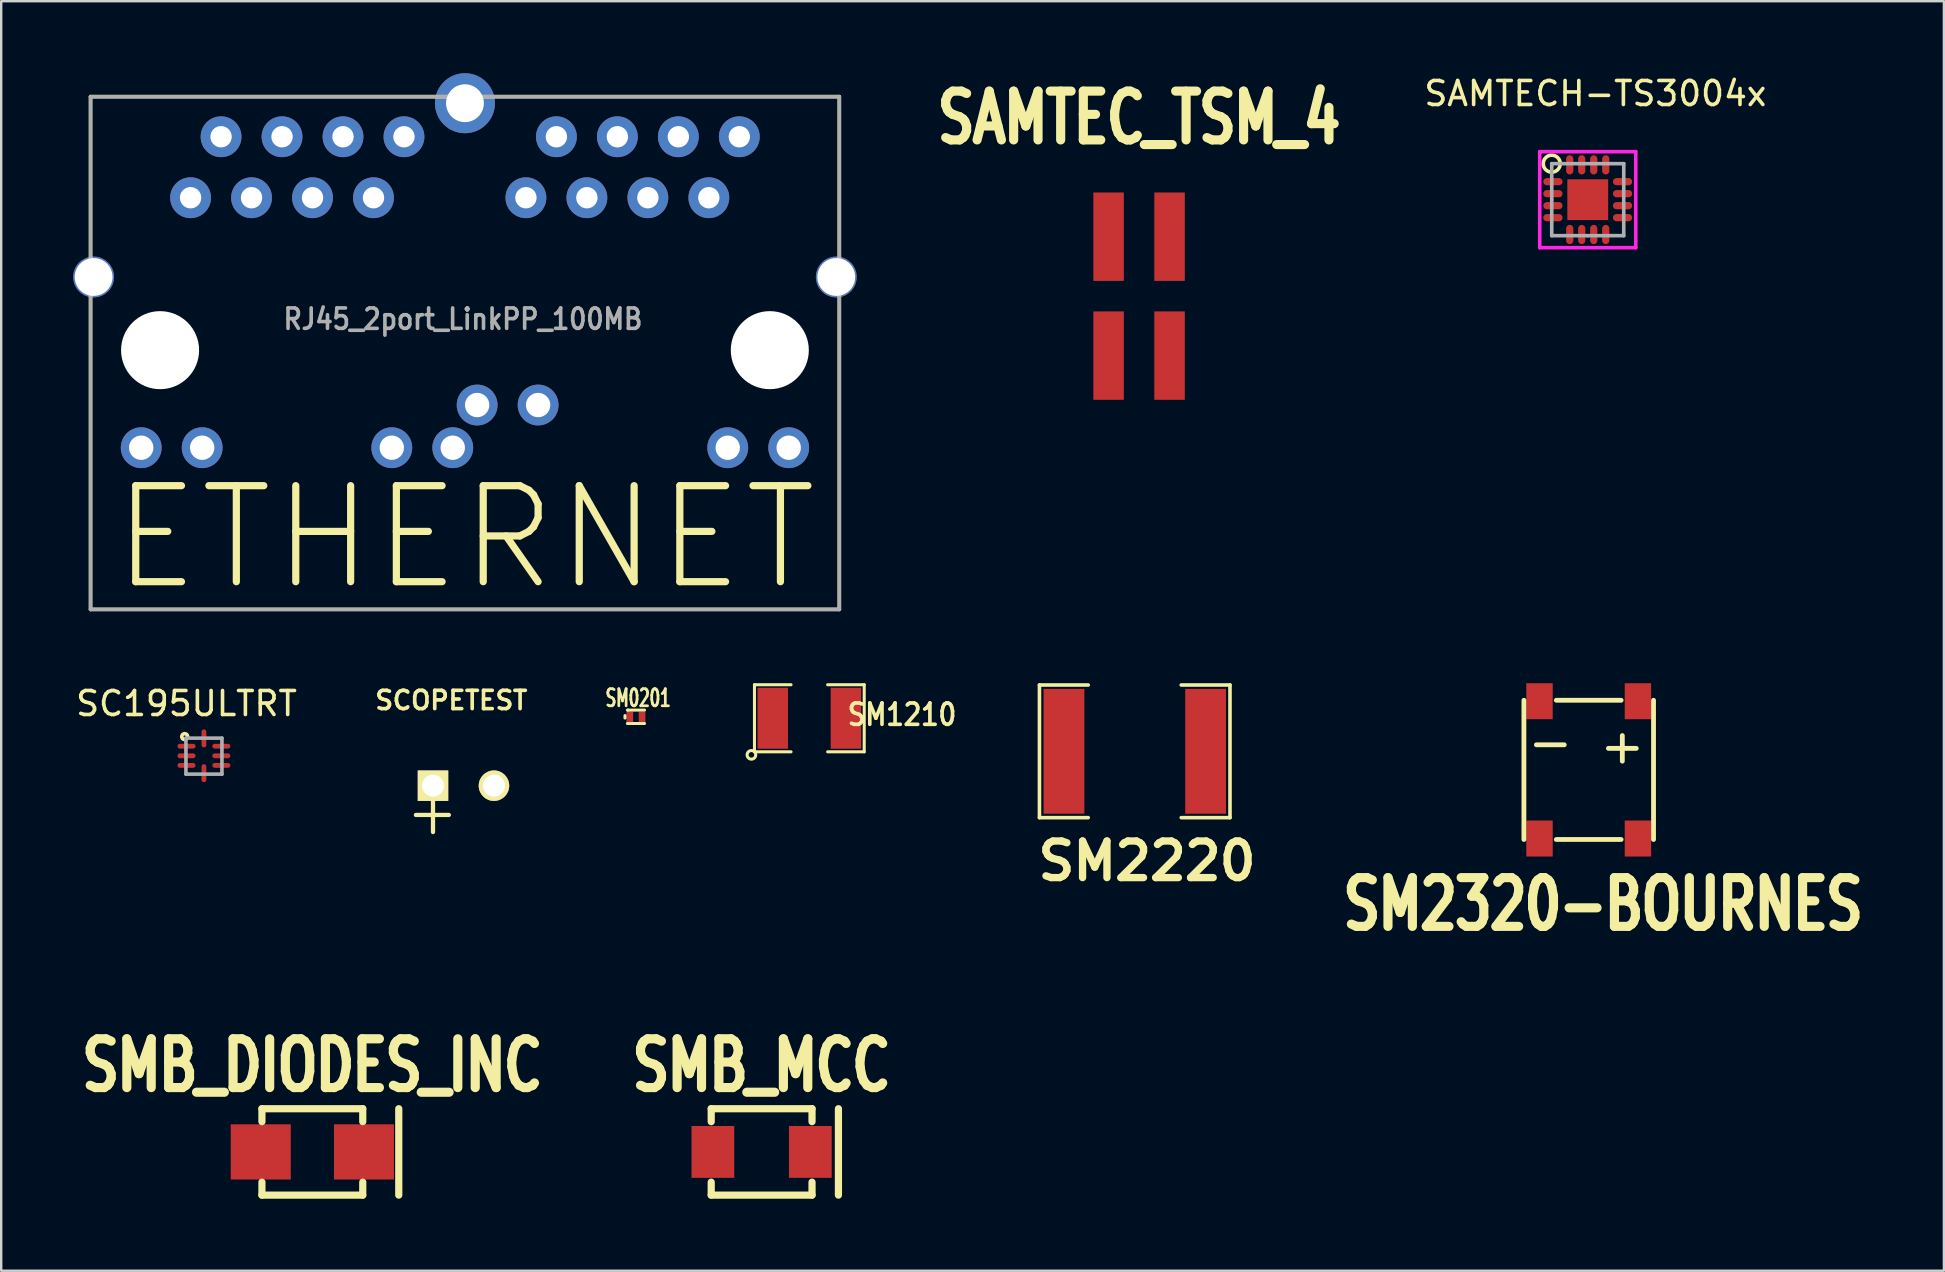
<source format=kicad_pcb>
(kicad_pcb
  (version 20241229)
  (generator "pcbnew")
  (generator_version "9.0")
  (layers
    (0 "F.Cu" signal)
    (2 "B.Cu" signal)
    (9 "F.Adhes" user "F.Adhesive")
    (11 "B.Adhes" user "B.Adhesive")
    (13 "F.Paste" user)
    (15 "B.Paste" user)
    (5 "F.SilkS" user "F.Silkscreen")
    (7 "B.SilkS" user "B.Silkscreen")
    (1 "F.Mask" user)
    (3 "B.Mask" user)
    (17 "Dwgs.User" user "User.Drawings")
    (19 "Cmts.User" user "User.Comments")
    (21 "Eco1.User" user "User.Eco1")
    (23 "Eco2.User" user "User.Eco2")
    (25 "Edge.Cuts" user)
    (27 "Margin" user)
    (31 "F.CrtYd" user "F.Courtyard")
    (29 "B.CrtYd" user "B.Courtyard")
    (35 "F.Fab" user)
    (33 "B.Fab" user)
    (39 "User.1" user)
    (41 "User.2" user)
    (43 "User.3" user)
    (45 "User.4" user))
  (footprint "SMB_DIODES_INC"
    (layer "F.Cu")
    (at 9.962 44.937)
    (property "Reference" "SMB_DIODES_INC" (at 0 -3.6 0) (layer "F.SilkS") (effects (font (size 2.032 1.524) (thickness 0.381))))
    (attr through_hole)
    (fp_line (start -2.1 -1.8) (end -2.1 -1.26) (stroke (width 0.3) (type solid)) (layer "F.SilkS"))
    (fp_line (start -2.1 -1.8) (end 2.1 -1.8) (stroke (width 0.3) (type solid)) (layer "F.SilkS"))
    (fp_line (start -2.1 1.26) (end -2.1 1.8) (stroke (width 0.3) (type solid)) (layer "F.SilkS"))
    (fp_line (start -2.1 1.8) (end 2.1 1.8) (stroke (width 0.3) (type solid)) (layer "F.SilkS"))
    (fp_line (start 2.1 -1.8) (end 2.1 -1.26) (stroke (width 0.3) (type solid)) (layer "F.SilkS"))
    (fp_line (start 2.1 1.8) (end 2.1 1.26) (stroke (width 0.3) (type solid)) (layer "F.SilkS"))
    (fp_line (start 3.6 -1.8) (end 3.6 1.8) (stroke (width 0.3) (type solid)) (layer "F.SilkS"))
    (pad "1" smd rect (at -2.15 0) (size 2.5 2.3) (layers "F.Cu" "F.Mask" "F.Paste"))
    (pad "2" smd rect (at 2.15 0) (size 2.5 2.3) (layers "F.Cu" "F.Mask" "F.Paste")))
  (footprint "SM0201"
    (layer "F.Cu")
    (at 23.443 26.811)
    (property "Reference" "SM0201" (at 0.091 -0.782 0) (layer "F.SilkS") (effects (font (size 0.711 0.457) (thickness 0.127))))
    (attr smd)
    (fp_line (start -0.457 -0.051) (end -0.457 0.051) (stroke (width 0.127) (type solid)) (layer "F.SilkS"))
    (fp_line (start -0.33 -0.279) (end -0.356 -0.279) (stroke (width 0.127) (type solid)) (layer "F.SilkS"))
    (fp_line (start 0.356 -0.279) (end -0.33 -0.279) (stroke (width 0.127) (type solid)) (layer "F.SilkS"))
    (fp_line (start 0.356 0.279) (end -0.356 0.279) (stroke (width 0.127) (type solid)) (layer "F.SilkS"))
    (pad "1" smd rect (at -0.257 0) (size 0.279 0.429) (layers "F.Cu" "F.Mask" "F.Paste"))
    (pad "2" smd rect (at 0.254 0) (size 0.279 0.429) (layers "F.Cu" "F.Mask" "F.Paste")))
  (footprint "SAMTEC_TSM_4"
    (layer "F.Cu")
    (at 44.402 9.287)
    (property "Reference" "SAMTEC_TSM_4" (at 0 -7.429 0) (layer "F.SilkS") (effects (font (size 2.032 1.524) (thickness 0.381))))
    (attr through_hole)
    (pad "1" smd rect (at -1.27 2.477) (size 1.27 3.683) (layers "F.Cu" "F.Mask" "F.Paste"))
    (pad "2" smd rect (at 1.27 2.477) (size 1.27 3.683) (layers "F.Cu" "F.Mask" "F.Paste"))
    (pad "3" smd rect (at -1.27 -2.477) (size 1.27 3.683) (layers "F.Cu" "F.Mask" "F.Paste"))
    (pad "4" smd rect (at 1.27 -2.477) (size 1.27 3.683) (layers "F.Cu" "F.Mask" "F.Paste")))
  (footprint "SMB_MCC"
    (layer "F.Cu")
    (at 28.678 44.937)
    (property "Reference" "SMB_MCC" (at 0 -3.6 0) (layer "F.SilkS") (effects (font (size 2.032 1.524) (thickness 0.381))))
    (attr through_hole)
    (fp_line (start -2.1 -1.8) (end -2.1 -1.26) (stroke (width 0.3) (type solid)) (layer "F.SilkS"))
    (fp_line (start -2.1 -1.8) (end 2.1 -1.8) (stroke (width 0.3) (type solid)) (layer "F.SilkS"))
    (fp_line (start -2.1 1.26) (end -2.1 1.8) (stroke (width 0.3) (type solid)) (layer "F.SilkS"))
    (fp_line (start -2.1 1.8) (end 2.1 1.8) (stroke (width 0.3) (type solid)) (layer "F.SilkS"))
    (fp_line (start 2.1 -1.8) (end 2.1 -1.26) (stroke (width 0.3) (type solid)) (layer "F.SilkS"))
    (fp_line (start 2.1 1.8) (end 2.1 1.26) (stroke (width 0.3) (type solid)) (layer "F.SilkS"))
    (fp_line (start 3.2 -1.8) (end 3.2 1.8) (stroke (width 0.3) (type solid)) (layer "F.SilkS"))
    (pad "1" smd rect (at -2.03 0) (size 1.78 2.16) (layers "F.Cu" "F.Mask" "F.Paste"))
    (pad "2" smd rect (at 2.03 0) (size 1.78 2.16) (layers "F.Cu" "F.Mask" "F.Paste")))
  (footprint "SM2320-BOURNES"
    (layer "F.Cu")
    (at 63.134 29.022)
    (property "Reference" "SM2320-BOURNES" (at 0.6 5.6 0) (layer "F.SilkS") (effects (font (size 2.032 1.524) (thickness 0.381))))
    (attr through_hole)
    (fp_line (start -2.7 -2.9) (end -2.7 2.9) (stroke (width 0.2) (type solid)) (layer "F.SilkS"))
    (fp_line (start -1.35 2.9) (end 1.35 2.9) (stroke (width 0.2) (type solid)) (layer "F.SilkS"))
    (fp_line (start 1.35 -2.9) (end -1.35 -2.9) (stroke (width 0.2) (type solid)) (layer "F.SilkS"))
    (fp_line (start 2.7 -2.9) (end 2.7 2.9) (stroke (width 0.2) (type solid)) (layer "F.SilkS"))
    (fp_text user "+" (at 1.4 -1 0) (layer "F.SilkS") (effects (font (size 1.4 1.524) (thickness 0.2))))
    (fp_text user "-" (at -1.6 -1.2 0) (layer "F.SilkS") (effects (font (size 2.032 1.524) (thickness 0.2))))
    (pad "1" smd rect (at -2.05 -2.86) (size 1.1 1.5) (layers "F.Cu" "F.Mask" "F.Paste"))
    (pad "2" smd rect (at -2.05 2.86) (size 1.1 1.5) (layers "F.Cu" "F.Mask" "F.Paste"))
    (pad "3" smd rect (at 2.05 -2.86) (size 1.1 1.5) (layers "F.Cu" "F.Mask" "F.Paste"))
    (pad "4" smd rect (at 2.05 2.86) (size 1.1 1.5) (layers "F.Cu" "F.Mask" "F.Paste")))
  (footprint "SC195ULTRT"
    (layer "F.Cu")
    (at 5.445 28.435)
    (property "Reference" "SC195ULTRT" (at -0.725 -2.175 0) (layer "F.SilkS") (effects (font (size 1 1) (thickness 0.15))))
    (attr through_hole)
    (fp_circle (center -0.8 -0.798) (end -0.699 -0.726) (stroke (width 0.15) (type solid)) (fill no) (layer "F.SilkS"))
    (fp_line (start -0.749 -0.736) (end -0.749 0.764) (stroke (width 0.15) (type solid)) (layer "F.Fab"))
    (fp_line (start -0.749 0.764) (end 0.751 0.764) (stroke (width 0.15) (type solid)) (layer "F.Fab"))
    (fp_line (start 0.751 -0.736) (end -0.749 -0.736) (stroke (width 0.15) (type solid)) (layer "F.Fab"))
    (fp_line (start 0.751 0.764) (end 0.751 -0.736) (stroke (width 0.15) (type solid)) (layer "F.Fab"))
    (pad "1" smd oval (at -0.726 -0.4) (size 0.75 0.2) (layers "F.Cu" "F.Mask" "F.Paste"))
    (pad "2" smd oval (at -0.726 0) (size 0.75 0.2) (layers "F.Cu" "F.Mask" "F.Paste"))
    (pad "3" smd oval (at -0.726 0.4) (size 0.75 0.2) (layers "F.Cu" "F.Mask" "F.Paste"))
    (pad "4" smd oval (at 0 0.725 90) (size 0.75 0.2) (layers "F.Cu" "F.Mask" "F.Paste"))
    (pad "5" smd oval (at 0.726 0.4) (size 0.75 0.2) (layers "F.Cu" "F.Mask" "F.Paste"))
    (pad "6" smd oval (at 0.726 0) (size 0.75 0.2) (layers "F.Cu" "F.Mask" "F.Paste"))
    (pad "7" smd oval (at 0.726 -0.4) (size 0.75 0.2) (layers "F.Cu" "F.Mask" "F.Paste"))
    (pad "8" smd oval (at 0 -0.725 90) (size 0.75 0.2) (layers "F.Cu" "F.Mask" "F.Paste")))
  (footprint "SAMTECH-TS3004x"
    (layer "F.Cu")
    (at 63.093 5.268)
    (property "Reference" "SAMTECH-TS3004x" (at 0.318 -4.42 0) (layer "F.SilkS") (effects (font (size 1 1) (thickness 0.15))))
    (attr through_hole)
    (fp_circle (center -1.5 -1.5) (end -1.25 -1.25) (stroke (width 0.15) (type solid)) (fill no) (layer "F.SilkS"))
    (fp_line (start -2 -2) (end 2 -2) (stroke (width 0.15) (type solid)) (layer "F.CrtYd"))
    (fp_line (start -2 2) (end -2 -2) (stroke (width 0.15) (type solid)) (layer "F.CrtYd"))
    (fp_line (start 2 -2) (end 2 2) (stroke (width 0.15) (type solid)) (layer "F.CrtYd"))
    (fp_line (start 2 2) (end -2 2) (stroke (width 0.15) (type solid)) (layer "F.CrtYd"))
    (fp_line (start -1.5 -1.5) (end -1.5 0) (stroke (width 0.15) (type solid)) (layer "F.Fab"))
    (fp_line (start -1.5 0) (end -1.5 1.5) (stroke (width 0.15) (type solid)) (layer "F.Fab"))
    (fp_line (start -1.5 1.5) (end 0 1.5) (stroke (width 0.15) (type solid)) (layer "F.Fab"))
    (fp_line (start 0 1.5) (end 1.5 1.5) (stroke (width 0.15) (type solid)) (layer "F.Fab"))
    (fp_line (start 1.5 -1.5) (end -1.5 -1.5) (stroke (width 0.15) (type solid)) (layer "F.Fab"))
    (fp_line (start 1.5 1.5) (end 1.5 -1.5) (stroke (width 0.15) (type solid)) (layer "F.Fab"))
    (pad "1" smd oval (at -1.45 -0.75 90) (size 0.3 0.8) (layers "F.Cu" "F.Mask" "F.Paste"))
    (pad "2" smd oval (at -1.45 -0.25 90) (size 0.3 0.8) (layers "F.Cu" "F.Mask" "F.Paste"))
    (pad "3" smd oval (at -1.45 0.25 90) (size 0.3 0.8) (layers "F.Cu" "F.Mask" "F.Paste"))
    (pad "4" smd oval (at -1.45 0.75 90) (size 0.3 0.8) (layers "F.Cu" "F.Mask" "F.Paste"))
    (pad "5" smd oval (at -0.75 1.45) (size 0.3 0.8) (layers "F.Cu" "F.Mask" "F.Paste"))
    (pad "6" smd oval (at -0.25 1.45) (size 0.3 0.8) (layers "F.Cu" "F.Mask" "F.Paste"))
    (pad "7" smd oval (at 0.25 1.45) (size 0.3 0.8) (layers "F.Cu" "F.Mask" "F.Paste"))
    (pad "8" smd oval (at 0.75 1.45) (size 0.3 0.8) (layers "F.Cu" "F.Mask" "F.Paste"))
    (pad "9" smd oval (at 1.45 0.75 90) (size 0.3 0.8) (layers "F.Cu" "F.Mask" "F.Paste"))
    (pad "10" smd oval (at 1.45 0.25 90) (size 0.3 0.8) (layers "F.Cu" "F.Mask" "F.Paste"))
    (pad "11" smd oval (at 1.45 -0.25 90) (size 0.3 0.8) (layers "F.Cu" "F.Mask" "F.Paste"))
    (pad "12" smd oval (at 1.45 -0.75 90) (size 0.3 0.8) (layers "F.Cu" "F.Mask" "F.Paste"))
    (pad "13" smd oval (at 0.75 -1.45) (size 0.3 0.8) (layers "F.Cu" "F.Mask" "F.Paste"))
    (pad "14" smd oval (at 0.25 -1.45) (size 0.3 0.8) (layers "F.Cu" "F.Mask" "F.Paste"))
    (pad "15" smd oval (at -0.25 -1.45) (size 0.3 0.8) (layers "F.Cu" "F.Mask" "F.Paste"))
    (pad "16" smd oval (at -0.75 -1.45) (size 0.3 0.8) (layers "F.Cu" "F.Mask" "F.Paste"))
    (pad "17" smd rect (at 0 0) (size 1.7 1.7) (layers "F.Cu" "F.Mask" "F.Paste")))
  (footprint "RJ45_2port_LinkPP_100MB"
    (layer "F.Cu")
    (at 16.319 2.647)
    (property "Reference" "RJ45_2port_LinkPP_100MB" (at -0.084 7.595 0) (layer "F.Fab") (effects (font (size 0.85 0.75) (thickness 0.15))))
    (attr through_hole)
    (fp_line (start -15.596 -1.67) (end -15.596 19.69) (stroke (width 0.15) (type solid)) (layer "F.SilkS"))
    (fp_line (start -15.596 19.69) (end 15.596 19.69) (stroke (width 0.15) (type solid)) (layer "F.SilkS"))
    (fp_line (start 15.596 -1.67) (end -15.596 -1.67) (stroke (width 0.15) (type solid)) (layer "F.SilkS"))
    (fp_line (start 15.596 19.69) (end 15.596 -1.67) (stroke (width 0.15) (type solid)) (layer "F.SilkS"))
    (fp_line (start -15.596 -1.67) (end -15.596 19.69) (stroke (width 0.15) (type solid)) (layer "F.Fab"))
    (fp_line (start -15.596 19.69) (end 15.596 19.69) (stroke (width 0.15) (type solid)) (layer "F.Fab"))
    (fp_line (start 15.596 -1.67) (end -15.596 -1.67) (stroke (width 0.15) (type solid)) (layer "F.Fab"))
    (fp_line (start 15.596 19.69) (end 15.596 -1.67) (stroke (width 0.15) (type solid)) (layer "F.Fab"))
    (fp_text user "ETHERNET" (at 0 16.7 0) (layer "F.SilkS") (effects (font (size 4 4) (thickness 0.3))))
    (pad "" np_thru_hole circle (at -12.7 8.89) (size 3.251 3.251) (drill 3.251) (layers "*.Cu" "*.Mask"))
    (pad "" np_thru_hole circle (at 12.7 8.89) (size 3.251 3.251) (drill 3.251) (layers "*.Cu" "*.Mask"))
    (pad "A1" thru_hole circle (at -11.43 2.54) (size 1.7 1.7) (drill 0.89) (layers "*.Cu" "*.Mask"))
    (pad "A2" thru_hole circle (at -10.16 0) (size 1.7 1.7) (drill 0.89) (layers "*.Cu" "*.Mask"))
    (pad "A3" thru_hole circle (at -8.89 2.54) (size 1.7 1.7) (drill 0.89) (layers "*.Cu" "*.Mask"))
    (pad "A4" thru_hole circle (at -7.62 0) (size 1.7 1.7) (drill 0.89) (layers "*.Cu" "*.Mask"))
    (pad "A5" thru_hole circle (at -6.35 2.54) (size 1.7 1.7) (drill 0.89) (layers "*.Cu" "*.Mask"))
    (pad "A6" thru_hole circle (at -5.08 0) (size 1.7 1.7) (drill 0.89) (layers "*.Cu" "*.Mask"))
    (pad "A7" thru_hole circle (at -3.81 2.54) (size 1.7 1.7) (drill 0.89) (layers "*.Cu" "*.Mask"))
    (pad "A8" thru_hole circle (at -2.54 0) (size 1.7 1.7) (drill 0.89) (layers "*.Cu" "*.Mask"))
    (pad "A9" thru_hole circle (at -13.487 12.954) (size 1.7 1.7) (drill 1.016) (layers "*.Cu" "*.Mask"))
    (pad "A10" thru_hole circle (at -10.947 12.954) (size 1.7 1.7) (drill 1.016) (layers "*.Cu" "*.Mask"))
    (pad "A11" thru_hole circle (at -3.048 12.954) (size 1.7 1.7) (drill 1.016) (layers "*.Cu" "*.Mask"))
    (pad "A12" thru_hole circle (at -0.508 12.954) (size 1.7 1.7) (drill 1.016) (layers "*.Cu" "*.Mask"))
    (pad "B1" thru_hole circle (at 2.54 2.54) (size 1.7 1.7) (drill 0.89) (layers "*.Cu" "*.Mask"))
    (pad "B2" thru_hole circle (at 3.81 0) (size 1.7 1.7) (drill 0.89) (layers "*.Cu" "*.Mask"))
    (pad "B3" thru_hole circle (at 5.08 2.54) (size 1.7 1.7) (drill 0.89) (layers "*.Cu" "*.Mask"))
    (pad "B4" thru_hole circle (at 6.35 0) (size 1.7 1.7) (drill 0.89) (layers "*.Cu" "*.Mask"))
    (pad "B5" thru_hole circle (at 7.62 2.54) (size 1.7 1.7) (drill 0.89) (layers "*.Cu" "*.Mask"))
    (pad "B6" thru_hole circle (at 8.89 0) (size 1.7 1.7) (drill 0.89) (layers "*.Cu" "*.Mask"))
    (pad "B7" thru_hole circle (at 10.16 2.54) (size 1.7 1.7) (drill 0.89) (layers "*.Cu" "*.Mask"))
    (pad "B8" thru_hole circle (at 11.43 0) (size 1.7 1.7) (drill 0.89) (layers "*.Cu" "*.Mask"))
    (pad "B9" thru_hole circle (at 0.508 11.176) (size 1.7 1.7) (drill 1.016) (layers "*.Cu" "*.Mask"))
    (pad "B10" thru_hole circle (at 3.048 11.176) (size 1.7 1.7) (drill 1.016) (layers "*.Cu" "*.Mask"))
    (pad "B11" thru_hole circle (at 10.947 12.954) (size 1.7 1.7) (drill 1.016) (layers "*.Cu" "*.Mask"))
    (pad "B12" thru_hole circle (at 13.487 12.954) (size 1.7 1.7) (drill 1.016) (layers "*.Cu" "*.Mask"))
    (pad "EGND" thru_hole circle (at -15.469 5.842) (size 1.7 1.7) (drill 1.575) (layers "*.Cu" "*.Mask"))
    (pad "EGND" thru_hole circle (at 0 -1.397) (size 2.5 2.5) (drill 1.575) (layers "*.Cu" "*.Mask"))
    (pad "EGND" thru_hole circle (at 15.469 5.842) (size 1.7 1.7) (drill 1.575) (layers "*.Cu" "*.Mask")))
  (footprint "SM1210"
    (layer "F.Cu")
    (at 30.666 26.872)
    (property "Reference" "SM1210" (at 3.861 -0.152 0) (layer "F.SilkS") (effects (font (size 0.889 0.762) (thickness 0.152))))
    (attr smd)
    (fp_line (start -2.286 -1.397) (end -2.286 1.397) (stroke (width 0.127) (type solid)) (layer "F.SilkS"))
    (fp_line (start -2.286 1.397) (end -0.762 1.397) (stroke (width 0.127) (type solid)) (layer "F.SilkS"))
    (fp_line (start -0.762 -1.397) (end -2.286 -1.397) (stroke (width 0.127) (type solid)) (layer "F.SilkS"))
    (fp_line (start 0.762 1.397) (end 2.286 1.397) (stroke (width 0.127) (type solid)) (layer "F.SilkS"))
    (fp_line (start 2.286 -1.397) (end 0.762 -1.397) (stroke (width 0.127) (type solid)) (layer "F.SilkS"))
    (fp_line (start 2.286 1.397) (end 2.286 -1.397) (stroke (width 0.127) (type solid)) (layer "F.SilkS"))
    (fp_circle (center -2.413 1.524) (end -2.286 1.397) (stroke (width 0.127) (type solid)) (fill no) (layer "F.SilkS"))
    (pad "1" smd rect (at -1.524 0) (size 1.27 2.54) (layers "F.Cu" "F.Mask" "F.Paste"))
    (pad "2" smd rect (at 1.524 0) (size 1.27 2.54) (layers "F.Cu" "F.Mask" "F.Paste")))
  (footprint "SCOPETEST"
    (layer "F.Cu")
    (at 16.258 29.681)
    (property "Reference" "SCOPETEST" (at -0.508 -3.556 0) (layer "F.SilkS") (effects (font (size 0.762 0.762) (thickness 0.152))))
    (attr through_hole)
    (fp_line (start -1.981 1.219) (end -0.61 1.219) (stroke (width 0.178) (type solid)) (layer "F.SilkS"))
    (fp_line (start -1.27 0.584) (end -1.27 1.93) (stroke (width 0.178) (type solid)) (layer "F.SilkS"))
    (pad "1" thru_hole rect (at -1.27 0) (size 1.27 1.27) (drill 0.914) (layers "*.Cu" "*.Mask" "F.SilkS"))
    (pad "2" thru_hole circle (at 1.27 0) (size 1.27 1.27) (drill 0.914) (layers "*.Cu" "*.Mask" "F.SilkS")))
  (footprint "SM2220"
    (layer "F.Cu")
    (at 44.225 28.248)
    (property "Reference" "SM2220" (at 0.508 4.572 0) (layer "F.SilkS") (effects (font (size 1.524 1.524) (thickness 0.305))))
    (attr through_hole)
    (fp_line (start -3.973 -2.761) (end -3.973 2.764) (stroke (width 0.15) (type solid)) (layer "F.SilkS"))
    (fp_line (start -3.973 2.764) (end -1.941 2.764) (stroke (width 0.15) (type solid)) (layer "F.SilkS"))
    (fp_line (start -1.941 -2.761) (end -3.973 -2.761) (stroke (width 0.15) (type solid)) (layer "F.SilkS"))
    (fp_line (start 1.933 -2.761) (end 3.965 -2.761) (stroke (width 0.15) (type solid)) (layer "F.SilkS"))
    (fp_line (start 3.965 -2.761) (end 3.965 2.764) (stroke (width 0.15) (type solid)) (layer "F.SilkS"))
    (fp_line (start 3.965 2.764) (end 1.933 2.764) (stroke (width 0.15) (type solid)) (layer "F.SilkS"))
    (pad "1" smd rect (at -2.951 0) (size 1.699 5.199) (layers "F.Cu" "F.Mask" "F.Paste"))
    (pad "2" smd rect (at 2.949 0) (size 1.699 5.199) (layers "F.Cu" "F.Mask" "F.Paste")))
  (gr_rect
    (start -3 -3)
    (end 77.93 49.887)
    (stroke (width 0.1) (type default))
    (fill no)
    (layer "Edge.Cuts")))
</source>
